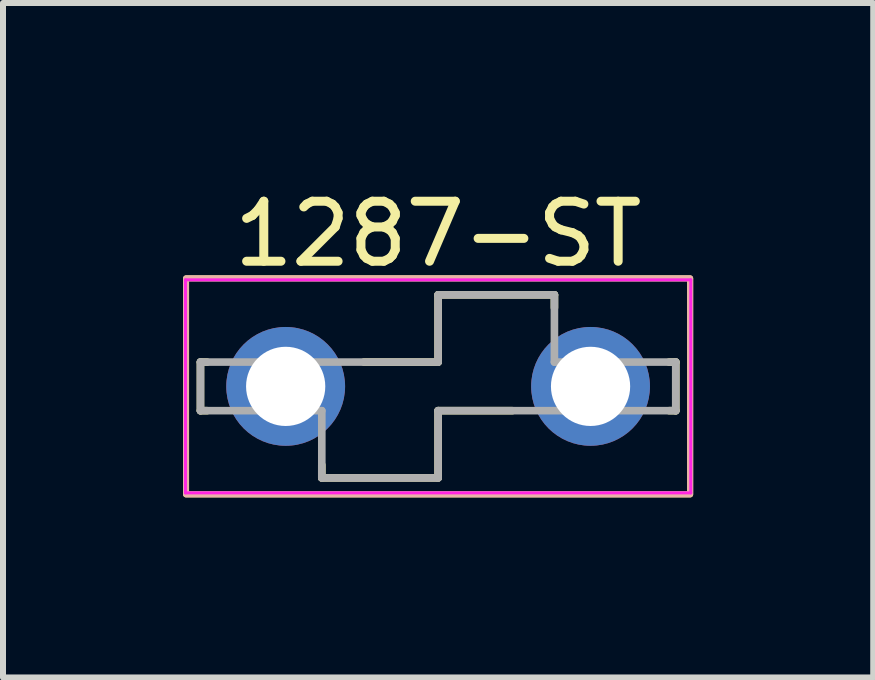
<source format=kicad_pcb>
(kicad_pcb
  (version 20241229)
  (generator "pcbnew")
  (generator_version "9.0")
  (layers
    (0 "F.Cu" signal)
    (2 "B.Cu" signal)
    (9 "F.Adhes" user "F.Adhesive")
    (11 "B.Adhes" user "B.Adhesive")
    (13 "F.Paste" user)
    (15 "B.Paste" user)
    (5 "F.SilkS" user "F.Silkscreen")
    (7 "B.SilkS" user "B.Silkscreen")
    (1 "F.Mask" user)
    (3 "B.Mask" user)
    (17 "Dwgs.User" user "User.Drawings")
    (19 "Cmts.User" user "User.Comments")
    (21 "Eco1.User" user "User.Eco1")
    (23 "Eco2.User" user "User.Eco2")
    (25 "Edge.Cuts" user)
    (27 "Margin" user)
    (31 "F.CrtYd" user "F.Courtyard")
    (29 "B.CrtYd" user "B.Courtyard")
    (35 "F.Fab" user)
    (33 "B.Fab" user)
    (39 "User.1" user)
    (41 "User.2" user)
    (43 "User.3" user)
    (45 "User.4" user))
  (footprint "1287-ST"
    (layer "F.Cu")
    (at 4.25 3.388)
    (property "Reference" "1287-ST" (at 0 -2.54 0) (layer "F.SilkS") (effects (font (size 1 1) (thickness 0.15))))
    (attr through_hole)
    (fp_line (start -3.96 -0.405) (end -3.85 -0.405) (stroke (width 0.127) (type solid)) (layer "F.SilkS"))
    (fp_line (start -3.96 0.405) (end -3.96 -0.405) (stroke (width 0.127) (type solid)) (layer "F.SilkS"))
    (fp_line (start -3.85 0.405) (end -3.96 0.405) (stroke (width 0.127) (type solid)) (layer "F.SilkS"))
    (fp_line (start -1.938 1.525) (end -1.938 1.31) (stroke (width 0.127) (type solid)) (layer "F.SilkS"))
    (fp_line (start -1.236 -0.405) (end 0 -0.405) (stroke (width 0.127) (type solid)) (layer "F.SilkS"))
    (fp_line (start 0 -1.525) (end 1.938 -1.525) (stroke (width 0.127) (type solid)) (layer "F.SilkS"))
    (fp_line (start 0 -0.405) (end 0 -1.525) (stroke (width 0.127) (type solid)) (layer "F.SilkS"))
    (fp_line (start 0 0.405) (end 0 1.525) (stroke (width 0.127) (type solid)) (layer "F.SilkS"))
    (fp_line (start 0 0.405) (end 1.236 0.405) (stroke (width 0.127) (type solid)) (layer "F.SilkS"))
    (fp_line (start 0 1.525) (end -1.938 1.525) (stroke (width 0.127) (type solid)) (layer "F.SilkS"))
    (fp_line (start 1.938 -1.525) (end 1.938 -1.31) (stroke (width 0.127) (type solid)) (layer "F.SilkS"))
    (fp_line (start 3.85 -0.405) (end 3.96 -0.405) (stroke (width 0.127) (type solid)) (layer "F.SilkS"))
    (fp_line (start 3.96 -0.405) (end 3.96 0.405) (stroke (width 0.127) (type solid)) (layer "F.SilkS"))
    (fp_line (start 3.96 0.405) (end 3.85 0.405) (stroke (width 0.127) (type solid)) (layer "F.SilkS"))
    (fp_rect (start -4.2 -1.8) (end 4.2 1.8) (stroke (width 0.1) (type default)) (fill no) (layer "F.SilkS"))
    (fp_rect (start -4.2 -1.8) (end 4.2 1.8) (stroke (width 0.1) (type default)) (fill no) (layer "B.SilkS"))
    (fp_line (start -4.21 -1.775) (end 4.21 -1.775) (stroke (width 0.05) (type solid)) (layer "F.CrtYd"))
    (fp_line (start -4.21 1.775) (end -4.21 -1.775) (stroke (width 0.05) (type solid)) (layer "F.CrtYd"))
    (fp_line (start 4.21 -1.775) (end 4.21 1.775) (stroke (width 0.05) (type solid)) (layer "F.CrtYd"))
    (fp_line (start 4.21 1.775) (end -4.21 1.775) (stroke (width 0.05) (type solid)) (layer "F.CrtYd"))
    (fp_line (start -3.96 -0.405) (end 0 -0.405) (stroke (width 0.127) (type solid)) (layer "F.Fab"))
    (fp_line (start -3.96 0.405) (end -3.96 -0.405) (stroke (width 0.127) (type solid)) (layer "F.Fab"))
    (fp_line (start -1.938 0.405) (end -3.96 0.405) (stroke (width 0.127) (type solid)) (layer "F.Fab"))
    (fp_line (start -1.938 1.525) (end -1.938 0.405) (stroke (width 0.127) (type solid)) (layer "F.Fab"))
    (fp_line (start 0 -1.525) (end 1.938 -1.525) (stroke (width 0.127) (type solid)) (layer "F.Fab"))
    (fp_line (start 0 -0.405) (end 0 -1.525) (stroke (width 0.127) (type solid)) (layer "F.Fab"))
    (fp_line (start 0 0.405) (end 0 1.525) (stroke (width 0.127) (type solid)) (layer "F.Fab"))
    (fp_line (start 0 1.525) (end -1.938 1.525) (stroke (width 0.127) (type solid)) (layer "F.Fab"))
    (fp_line (start 1.938 -1.525) (end 1.938 -0.405) (stroke (width 0.127) (type solid)) (layer "F.Fab"))
    (fp_line (start 1.938 -0.405) (end 3.96 -0.405) (stroke (width 0.127) (type solid)) (layer "F.Fab"))
    (fp_line (start 3.96 -0.405) (end 3.96 0.405) (stroke (width 0.127) (type solid)) (layer "F.Fab"))
    (fp_line (start 3.96 0.405) (end 0 0.405) (stroke (width 0.127) (type solid)) (layer "F.Fab"))
    (pad "1_1" thru_hole circle (at -2.54 0) (size 1.98 1.98) (drill 1.32) (layers "*.Cu" "*.Mask"))
    (pad "1_2" thru_hole circle (at 2.54 0) (size 1.98 1.98) (drill 1.32) (layers "*.Cu" "*.Mask")))
  (gr_rect
    (start -3 -3)
    (end 11.5 8.238)
    (stroke (width 0.1) (type default))
    (fill no)
    (layer "Edge.Cuts")))
</source>
